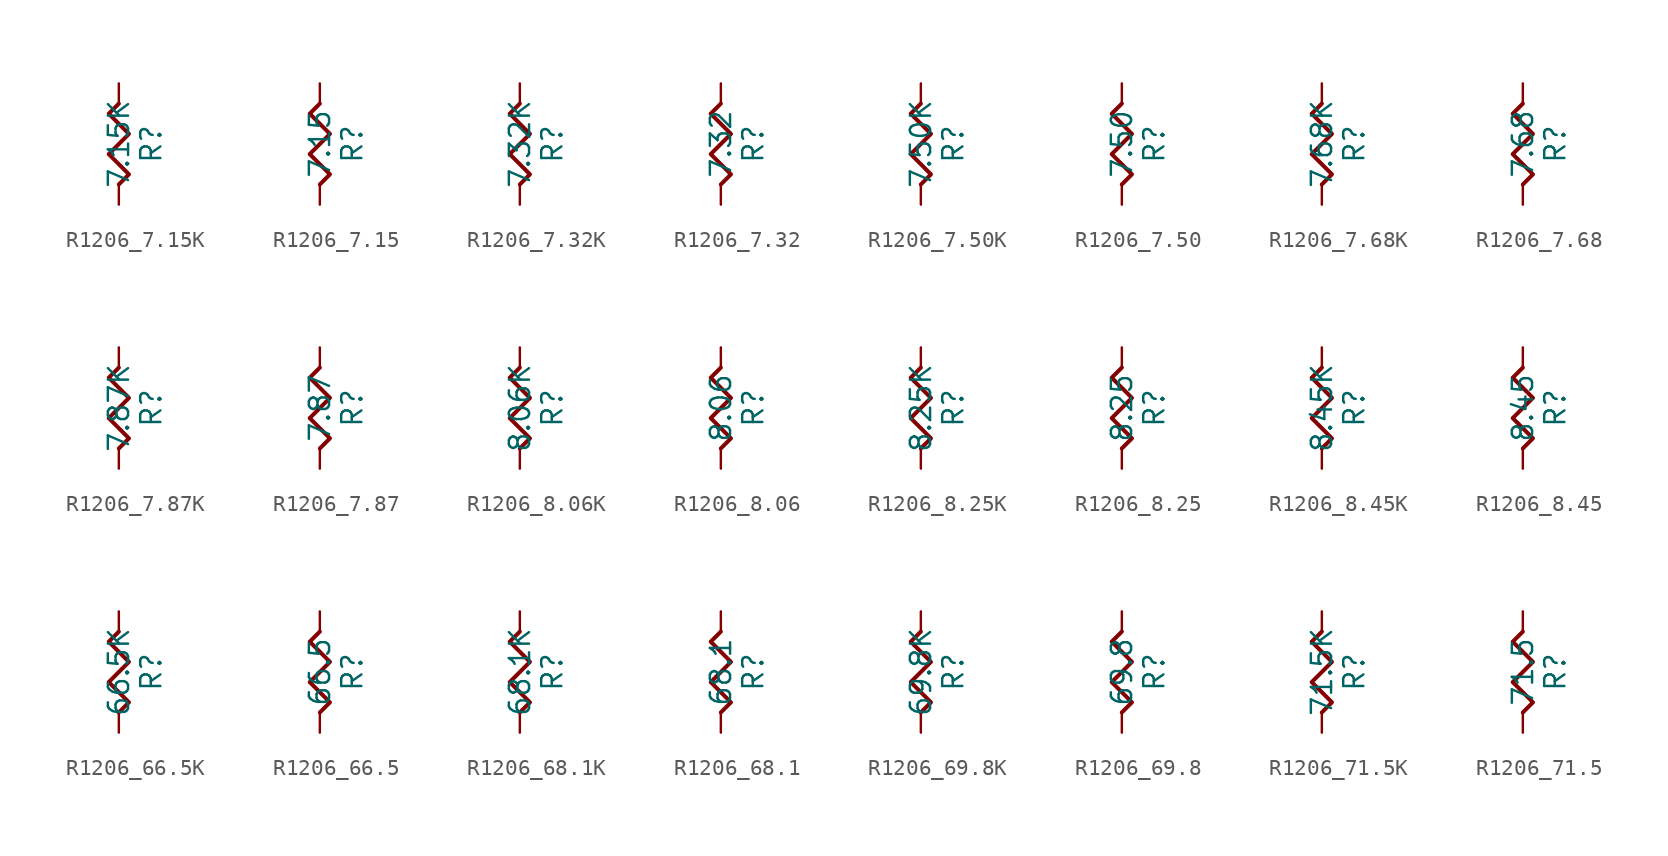
<source format=kicad_sym>
(kicad_symbol_lib
  (version 20211014)
  (generator atlantix-eda)
  (symbol "R1206_7.15K"
    (pin_numbers hide)
    (pin_names
      (offset 0))
    (property "Reference" "R"
      (at 2.032 0 90)
      (effects (font (size 1.27 1.27))))
    (property "Value" "7.15K"
      (at 0 0 90)
      (effects (font (size 1.27 1.27))))
    (symbol "R1206_7.15K_0_1"
      (polyline (pts (xy 0 -2.54) (xy 0.635 -1.905) (xy -0.635 -0.635) (xy 0.635 0.635) (xy -0.635 1.905) (xy 0 2.54)) (stroke (width 0.254) (type default) (color 0 0 0 0)) (fill (type none))))
    (symbol "R1206_7.15K_1_1"
      (pin passive line (at 0 3.81 270) (length 1.27) (name "~" (effects (font (size 1.27 1.27)))) (number "1" (effects (font (size 1.27 1.27)))))
      (pin passive line (at 0 -3.81 90) (length 1.27) (name "~" (effects (font (size 1.27 1.27)))) (number "2" (effects (font (size 1.27 1.27)))))))
  (symbol "R1206_7.15"
    (pin_numbers hide)
    (pin_names
      (offset 0))
    (property "Reference" "R"
      (at 2.032 0 90)
      (effects (font (size 1.27 1.27))))
    (property "Value" "7.15"
      (at 0 0 90)
      (effects (font (size 1.27 1.27))))
    (symbol "R1206_7.15_0_1"
      (polyline (pts (xy 0 -2.54) (xy 0.635 -1.905) (xy -0.635 -0.635) (xy 0.635 0.635) (xy -0.635 1.905) (xy 0 2.54)) (stroke (width 0.254) (type default) (color 0 0 0 0)) (fill (type none))))
    (symbol "R1206_7.15_1_1"
      (pin passive line (at 0 3.81 270) (length 1.27) (name "~" (effects (font (size 1.27 1.27)))) (number "1" (effects (font (size 1.27 1.27)))))
      (pin passive line (at 0 -3.81 90) (length 1.27) (name "~" (effects (font (size 1.27 1.27)))) (number "2" (effects (font (size 1.27 1.27)))))))
  (symbol "R1206_7.32K"
    (pin_numbers hide)
    (pin_names
      (offset 0))
    (property "Reference" "R"
      (at 2.032 0 90)
      (effects (font (size 1.27 1.27))))
    (property "Value" "7.32K"
      (at 0 0 90)
      (effects (font (size 1.27 1.27))))
    (symbol "R1206_7.32K_0_1"
      (polyline (pts (xy 0 -2.54) (xy 0.635 -1.905) (xy -0.635 -0.635) (xy 0.635 0.635) (xy -0.635 1.905) (xy 0 2.54)) (stroke (width 0.254) (type default) (color 0 0 0 0)) (fill (type none))))
    (symbol "R1206_7.32K_1_1"
      (pin passive line (at 0 3.81 270) (length 1.27) (name "~" (effects (font (size 1.27 1.27)))) (number "1" (effects (font (size 1.27 1.27)))))
      (pin passive line (at 0 -3.81 90) (length 1.27) (name "~" (effects (font (size 1.27 1.27)))) (number "2" (effects (font (size 1.27 1.27)))))))
  (symbol "R1206_7.32"
    (pin_numbers hide)
    (pin_names
      (offset 0))
    (property "Reference" "R"
      (at 2.032 0 90)
      (effects (font (size 1.27 1.27))))
    (property "Value" "7.32"
      (at 0 0 90)
      (effects (font (size 1.27 1.27))))
    (symbol "R1206_7.32_0_1"
      (polyline (pts (xy 0 -2.54) (xy 0.635 -1.905) (xy -0.635 -0.635) (xy 0.635 0.635) (xy -0.635 1.905) (xy 0 2.54)) (stroke (width 0.254) (type default) (color 0 0 0 0)) (fill (type none))))
    (symbol "R1206_7.32_1_1"
      (pin passive line (at 0 3.81 270) (length 1.27) (name "~" (effects (font (size 1.27 1.27)))) (number "1" (effects (font (size 1.27 1.27)))))
      (pin passive line (at 0 -3.81 90) (length 1.27) (name "~" (effects (font (size 1.27 1.27)))) (number "2" (effects (font (size 1.27 1.27)))))))
  (symbol "R1206_7.50K"
    (pin_numbers hide)
    (pin_names
      (offset 0))
    (property "Reference" "R"
      (at 2.032 0 90)
      (effects (font (size 1.27 1.27))))
    (property "Value" "7.50K"
      (at 0 0 90)
      (effects (font (size 1.27 1.27))))
    (symbol "R1206_7.50K_0_1"
      (polyline (pts (xy 0 -2.54) (xy 0.635 -1.905) (xy -0.635 -0.635) (xy 0.635 0.635) (xy -0.635 1.905) (xy 0 2.54)) (stroke (width 0.254) (type default) (color 0 0 0 0)) (fill (type none))))
    (symbol "R1206_7.50K_1_1"
      (pin passive line (at 0 3.81 270) (length 1.27) (name "~" (effects (font (size 1.27 1.27)))) (number "1" (effects (font (size 1.27 1.27)))))
      (pin passive line (at 0 -3.81 90) (length 1.27) (name "~" (effects (font (size 1.27 1.27)))) (number "2" (effects (font (size 1.27 1.27)))))))
  (symbol "R1206_7.50"
    (pin_numbers hide)
    (pin_names
      (offset 0))
    (property "Reference" "R"
      (at 2.032 0 90)
      (effects (font (size 1.27 1.27))))
    (property "Value" "7.50"
      (at 0 0 90)
      (effects (font (size 1.27 1.27))))
    (symbol "R1206_7.50_0_1"
      (polyline (pts (xy 0 -2.54) (xy 0.635 -1.905) (xy -0.635 -0.635) (xy 0.635 0.635) (xy -0.635 1.905) (xy 0 2.54)) (stroke (width 0.254) (type default) (color 0 0 0 0)) (fill (type none))))
    (symbol "R1206_7.50_1_1"
      (pin passive line (at 0 3.81 270) (length 1.27) (name "~" (effects (font (size 1.27 1.27)))) (number "1" (effects (font (size 1.27 1.27)))))
      (pin passive line (at 0 -3.81 90) (length 1.27) (name "~" (effects (font (size 1.27 1.27)))) (number "2" (effects (font (size 1.27 1.27)))))))
  (symbol "R1206_7.68K"
    (pin_numbers hide)
    (pin_names
      (offset 0))
    (property "Reference" "R"
      (at 2.032 0 90)
      (effects (font (size 1.27 1.27))))
    (property "Value" "7.68K"
      (at 0 0 90)
      (effects (font (size 1.27 1.27))))
    (symbol "R1206_7.68K_0_1"
      (polyline (pts (xy 0 -2.54) (xy 0.635 -1.905) (xy -0.635 -0.635) (xy 0.635 0.635) (xy -0.635 1.905) (xy 0 2.54)) (stroke (width 0.254) (type default) (color 0 0 0 0)) (fill (type none))))
    (symbol "R1206_7.68K_1_1"
      (pin passive line (at 0 3.81 270) (length 1.27) (name "~" (effects (font (size 1.27 1.27)))) (number "1" (effects (font (size 1.27 1.27)))))
      (pin passive line (at 0 -3.81 90) (length 1.27) (name "~" (effects (font (size 1.27 1.27)))) (number "2" (effects (font (size 1.27 1.27)))))))
  (symbol "R1206_7.68"
    (pin_numbers hide)
    (pin_names
      (offset 0))
    (property "Reference" "R"
      (at 2.032 0 90)
      (effects (font (size 1.27 1.27))))
    (property "Value" "7.68"
      (at 0 0 90)
      (effects (font (size 1.27 1.27))))
    (symbol "R1206_7.68_0_1"
      (polyline (pts (xy 0 -2.54) (xy 0.635 -1.905) (xy -0.635 -0.635) (xy 0.635 0.635) (xy -0.635 1.905) (xy 0 2.54)) (stroke (width 0.254) (type default) (color 0 0 0 0)) (fill (type none))))
    (symbol "R1206_7.68_1_1"
      (pin passive line (at 0 3.81 270) (length 1.27) (name "~" (effects (font (size 1.27 1.27)))) (number "1" (effects (font (size 1.27 1.27)))))
      (pin passive line (at 0 -3.81 90) (length 1.27) (name "~" (effects (font (size 1.27 1.27)))) (number "2" (effects (font (size 1.27 1.27)))))))
  (symbol "R1206_7.87K"
    (pin_numbers hide)
    (pin_names
      (offset 0))
    (property "Reference" "R"
      (at 2.032 0 90)
      (effects (font (size 1.27 1.27))))
    (property "Value" "7.87K"
      (at 0 0 90)
      (effects (font (size 1.27 1.27))))
    (symbol "R1206_7.87K_0_1"
      (polyline (pts (xy 0 -2.54) (xy 0.635 -1.905) (xy -0.635 -0.635) (xy 0.635 0.635) (xy -0.635 1.905) (xy 0 2.54)) (stroke (width 0.254) (type default) (color 0 0 0 0)) (fill (type none))))
    (symbol "R1206_7.87K_1_1"
      (pin passive line (at 0 3.81 270) (length 1.27) (name "~" (effects (font (size 1.27 1.27)))) (number "1" (effects (font (size 1.27 1.27)))))
      (pin passive line (at 0 -3.81 90) (length 1.27) (name "~" (effects (font (size 1.27 1.27)))) (number "2" (effects (font (size 1.27 1.27)))))))
  (symbol "R1206_7.87"
    (pin_numbers hide)
    (pin_names
      (offset 0))
    (property "Reference" "R"
      (at 2.032 0 90)
      (effects (font (size 1.27 1.27))))
    (property "Value" "7.87"
      (at 0 0 90)
      (effects (font (size 1.27 1.27))))
    (symbol "R1206_7.87_0_1"
      (polyline (pts (xy 0 -2.54) (xy 0.635 -1.905) (xy -0.635 -0.635) (xy 0.635 0.635) (xy -0.635 1.905) (xy 0 2.54)) (stroke (width 0.254) (type default) (color 0 0 0 0)) (fill (type none))))
    (symbol "R1206_7.87_1_1"
      (pin passive line (at 0 3.81 270) (length 1.27) (name "~" (effects (font (size 1.27 1.27)))) (number "1" (effects (font (size 1.27 1.27)))))
      (pin passive line (at 0 -3.81 90) (length 1.27) (name "~" (effects (font (size 1.27 1.27)))) (number "2" (effects (font (size 1.27 1.27)))))))
  (symbol "R1206_8.06K"
    (pin_numbers hide)
    (pin_names
      (offset 0))
    (property "Reference" "R"
      (at 2.032 0 90)
      (effects (font (size 1.27 1.27))))
    (property "Value" "8.06K"
      (at 0 0 90)
      (effects (font (size 1.27 1.27))))
    (symbol "R1206_8.06K_0_1"
      (polyline (pts (xy 0 -2.54) (xy 0.635 -1.905) (xy -0.635 -0.635) (xy 0.635 0.635) (xy -0.635 1.905) (xy 0 2.54)) (stroke (width 0.254) (type default) (color 0 0 0 0)) (fill (type none))))
    (symbol "R1206_8.06K_1_1"
      (pin passive line (at 0 3.81 270) (length 1.27) (name "~" (effects (font (size 1.27 1.27)))) (number "1" (effects (font (size 1.27 1.27)))))
      (pin passive line (at 0 -3.81 90) (length 1.27) (name "~" (effects (font (size 1.27 1.27)))) (number "2" (effects (font (size 1.27 1.27)))))))
  (symbol "R1206_8.06"
    (pin_numbers hide)
    (pin_names
      (offset 0))
    (property "Reference" "R"
      (at 2.032 0 90)
      (effects (font (size 1.27 1.27))))
    (property "Value" "8.06"
      (at 0 0 90)
      (effects (font (size 1.27 1.27))))
    (symbol "R1206_8.06_0_1"
      (polyline (pts (xy 0 -2.54) (xy 0.635 -1.905) (xy -0.635 -0.635) (xy 0.635 0.635) (xy -0.635 1.905) (xy 0 2.54)) (stroke (width 0.254) (type default) (color 0 0 0 0)) (fill (type none))))
    (symbol "R1206_8.06_1_1"
      (pin passive line (at 0 3.81 270) (length 1.27) (name "~" (effects (font (size 1.27 1.27)))) (number "1" (effects (font (size 1.27 1.27)))))
      (pin passive line (at 0 -3.81 90) (length 1.27) (name "~" (effects (font (size 1.27 1.27)))) (number "2" (effects (font (size 1.27 1.27)))))))
  (symbol "R1206_8.25K"
    (pin_numbers hide)
    (pin_names
      (offset 0))
    (property "Reference" "R"
      (at 2.032 0 90)
      (effects (font (size 1.27 1.27))))
    (property "Value" "8.25K"
      (at 0 0 90)
      (effects (font (size 1.27 1.27))))
    (symbol "R1206_8.25K_0_1"
      (polyline (pts (xy 0 -2.54) (xy 0.635 -1.905) (xy -0.635 -0.635) (xy 0.635 0.635) (xy -0.635 1.905) (xy 0 2.54)) (stroke (width 0.254) (type default) (color 0 0 0 0)) (fill (type none))))
    (symbol "R1206_8.25K_1_1"
      (pin passive line (at 0 3.81 270) (length 1.27) (name "~" (effects (font (size 1.27 1.27)))) (number "1" (effects (font (size 1.27 1.27)))))
      (pin passive line (at 0 -3.81 90) (length 1.27) (name "~" (effects (font (size 1.27 1.27)))) (number "2" (effects (font (size 1.27 1.27)))))))
  (symbol "R1206_8.25"
    (pin_numbers hide)
    (pin_names
      (offset 0))
    (property "Reference" "R"
      (at 2.032 0 90)
      (effects (font (size 1.27 1.27))))
    (property "Value" "8.25"
      (at 0 0 90)
      (effects (font (size 1.27 1.27))))
    (symbol "R1206_8.25_0_1"
      (polyline (pts (xy 0 -2.54) (xy 0.635 -1.905) (xy -0.635 -0.635) (xy 0.635 0.635) (xy -0.635 1.905) (xy 0 2.54)) (stroke (width 0.254) (type default) (color 0 0 0 0)) (fill (type none))))
    (symbol "R1206_8.25_1_1"
      (pin passive line (at 0 3.81 270) (length 1.27) (name "~" (effects (font (size 1.27 1.27)))) (number "1" (effects (font (size 1.27 1.27)))))
      (pin passive line (at 0 -3.81 90) (length 1.27) (name "~" (effects (font (size 1.27 1.27)))) (number "2" (effects (font (size 1.27 1.27)))))))
  (symbol "R1206_8.45K"
    (pin_numbers hide)
    (pin_names
      (offset 0))
    (property "Reference" "R"
      (at 2.032 0 90)
      (effects (font (size 1.27 1.27))))
    (property "Value" "8.45K"
      (at 0 0 90)
      (effects (font (size 1.27 1.27))))
    (symbol "R1206_8.45K_0_1"
      (polyline (pts (xy 0 -2.54) (xy 0.635 -1.905) (xy -0.635 -0.635) (xy 0.635 0.635) (xy -0.635 1.905) (xy 0 2.54)) (stroke (width 0.254) (type default) (color 0 0 0 0)) (fill (type none))))
    (symbol "R1206_8.45K_1_1"
      (pin passive line (at 0 3.81 270) (length 1.27) (name "~" (effects (font (size 1.27 1.27)))) (number "1" (effects (font (size 1.27 1.27)))))
      (pin passive line (at 0 -3.81 90) (length 1.27) (name "~" (effects (font (size 1.27 1.27)))) (number "2" (effects (font (size 1.27 1.27)))))))
  (symbol "R1206_8.45"
    (pin_numbers hide)
    (pin_names
      (offset 0))
    (property "Reference" "R"
      (at 2.032 0 90)
      (effects (font (size 1.27 1.27))))
    (property "Value" "8.45"
      (at 0 0 90)
      (effects (font (size 1.27 1.27))))
    (symbol "R1206_8.45_0_1"
      (polyline (pts (xy 0 -2.54) (xy 0.635 -1.905) (xy -0.635 -0.635) (xy 0.635 0.635) (xy -0.635 1.905) (xy 0 2.54)) (stroke (width 0.254) (type default) (color 0 0 0 0)) (fill (type none))))
    (symbol "R1206_8.45_1_1"
      (pin passive line (at 0 3.81 270) (length 1.27) (name "~" (effects (font (size 1.27 1.27)))) (number "1" (effects (font (size 1.27 1.27)))))
      (pin passive line (at 0 -3.81 90) (length 1.27) (name "~" (effects (font (size 1.27 1.27)))) (number "2" (effects (font (size 1.27 1.27)))))))
  (symbol "R1206_66.5K"
    (pin_numbers hide)
    (pin_names
      (offset 0))
    (property "Reference" "R"
      (at 2.032 0 90)
      (effects (font (size 1.27 1.27))))
    (property "Value" "66.5K"
      (at 0 0 90)
      (effects (font (size 1.27 1.27))))
    (symbol "R1206_66.5K_0_1"
      (polyline (pts (xy 0 -2.54) (xy 0.635 -1.905) (xy -0.635 -0.635) (xy 0.635 0.635) (xy -0.635 1.905) (xy 0 2.54)) (stroke (width 0.254) (type default) (color 0 0 0 0)) (fill (type none))))
    (symbol "R1206_66.5K_1_1"
      (pin passive line (at 0 3.81 270) (length 1.27) (name "~" (effects (font (size 1.27 1.27)))) (number "1" (effects (font (size 1.27 1.27)))))
      (pin passive line (at 0 -3.81 90) (length 1.27) (name "~" (effects (font (size 1.27 1.27)))) (number "2" (effects (font (size 1.27 1.27)))))))
  (symbol "R1206_66.5"
    (pin_numbers hide)
    (pin_names
      (offset 0))
    (property "Reference" "R"
      (at 2.032 0 90)
      (effects (font (size 1.27 1.27))))
    (property "Value" "66.5"
      (at 0 0 90)
      (effects (font (size 1.27 1.27))))
    (symbol "R1206_66.5_0_1"
      (polyline (pts (xy 0 -2.54) (xy 0.635 -1.905) (xy -0.635 -0.635) (xy 0.635 0.635) (xy -0.635 1.905) (xy 0 2.54)) (stroke (width 0.254) (type default) (color 0 0 0 0)) (fill (type none))))
    (symbol "R1206_66.5_1_1"
      (pin passive line (at 0 3.81 270) (length 1.27) (name "~" (effects (font (size 1.27 1.27)))) (number "1" (effects (font (size 1.27 1.27)))))
      (pin passive line (at 0 -3.81 90) (length 1.27) (name "~" (effects (font (size 1.27 1.27)))) (number "2" (effects (font (size 1.27 1.27)))))))
  (symbol "R1206_68.1K"
    (pin_numbers hide)
    (pin_names
      (offset 0))
    (property "Reference" "R"
      (at 2.032 0 90)
      (effects (font (size 1.27 1.27))))
    (property "Value" "68.1K"
      (at 0 0 90)
      (effects (font (size 1.27 1.27))))
    (symbol "R1206_68.1K_0_1"
      (polyline (pts (xy 0 -2.54) (xy 0.635 -1.905) (xy -0.635 -0.635) (xy 0.635 0.635) (xy -0.635 1.905) (xy 0 2.54)) (stroke (width 0.254) (type default) (color 0 0 0 0)) (fill (type none))))
    (symbol "R1206_68.1K_1_1"
      (pin passive line (at 0 3.81 270) (length 1.27) (name "~" (effects (font (size 1.27 1.27)))) (number "1" (effects (font (size 1.27 1.27)))))
      (pin passive line (at 0 -3.81 90) (length 1.27) (name "~" (effects (font (size 1.27 1.27)))) (number "2" (effects (font (size 1.27 1.27)))))))
  (symbol "R1206_68.1"
    (pin_numbers hide)
    (pin_names
      (offset 0))
    (property "Reference" "R"
      (at 2.032 0 90)
      (effects (font (size 1.27 1.27))))
    (property "Value" "68.1"
      (at 0 0 90)
      (effects (font (size 1.27 1.27))))
    (symbol "R1206_68.1_0_1"
      (polyline (pts (xy 0 -2.54) (xy 0.635 -1.905) (xy -0.635 -0.635) (xy 0.635 0.635) (xy -0.635 1.905) (xy 0 2.54)) (stroke (width 0.254) (type default) (color 0 0 0 0)) (fill (type none))))
    (symbol "R1206_68.1_1_1"
      (pin passive line (at 0 3.81 270) (length 1.27) (name "~" (effects (font (size 1.27 1.27)))) (number "1" (effects (font (size 1.27 1.27)))))
      (pin passive line (at 0 -3.81 90) (length 1.27) (name "~" (effects (font (size 1.27 1.27)))) (number "2" (effects (font (size 1.27 1.27)))))))
  (symbol "R1206_69.8K"
    (pin_numbers hide)
    (pin_names
      (offset 0))
    (property "Reference" "R"
      (at 2.032 0 90)
      (effects (font (size 1.27 1.27))))
    (property "Value" "69.8K"
      (at 0 0 90)
      (effects (font (size 1.27 1.27))))
    (symbol "R1206_69.8K_0_1"
      (polyline (pts (xy 0 -2.54) (xy 0.635 -1.905) (xy -0.635 -0.635) (xy 0.635 0.635) (xy -0.635 1.905) (xy 0 2.54)) (stroke (width 0.254) (type default) (color 0 0 0 0)) (fill (type none))))
    (symbol "R1206_69.8K_1_1"
      (pin passive line (at 0 3.81 270) (length 1.27) (name "~" (effects (font (size 1.27 1.27)))) (number "1" (effects (font (size 1.27 1.27)))))
      (pin passive line (at 0 -3.81 90) (length 1.27) (name "~" (effects (font (size 1.27 1.27)))) (number "2" (effects (font (size 1.27 1.27)))))))
  (symbol "R1206_69.8"
    (pin_numbers hide)
    (pin_names
      (offset 0))
    (property "Reference" "R"
      (at 2.032 0 90)
      (effects (font (size 1.27 1.27))))
    (property "Value" "69.8"
      (at 0 0 90)
      (effects (font (size 1.27 1.27))))
    (symbol "R1206_69.8_0_1"
      (polyline (pts (xy 0 -2.54) (xy 0.635 -1.905) (xy -0.635 -0.635) (xy 0.635 0.635) (xy -0.635 1.905) (xy 0 2.54)) (stroke (width 0.254) (type default) (color 0 0 0 0)) (fill (type none))))
    (symbol "R1206_69.8_1_1"
      (pin passive line (at 0 3.81 270) (length 1.27) (name "~" (effects (font (size 1.27 1.27)))) (number "1" (effects (font (size 1.27 1.27)))))
      (pin passive line (at 0 -3.81 90) (length 1.27) (name "~" (effects (font (size 1.27 1.27)))) (number "2" (effects (font (size 1.27 1.27)))))))
  (symbol "R1206_71.5K"
    (pin_numbers hide)
    (pin_names
      (offset 0))
    (property "Reference" "R"
      (at 2.032 0 90)
      (effects (font (size 1.27 1.27))))
    (property "Value" "71.5K"
      (at 0 0 90)
      (effects (font (size 1.27 1.27))))
    (symbol "R1206_71.5K_0_1"
      (polyline (pts (xy 0 -2.54) (xy 0.635 -1.905) (xy -0.635 -0.635) (xy 0.635 0.635) (xy -0.635 1.905) (xy 0 2.54)) (stroke (width 0.254) (type default) (color 0 0 0 0)) (fill (type none))))
    (symbol "R1206_71.5K_1_1"
      (pin passive line (at 0 3.81 270) (length 1.27) (name "~" (effects (font (size 1.27 1.27)))) (number "1" (effects (font (size 1.27 1.27)))))
      (pin passive line (at 0 -3.81 90) (length 1.27) (name "~" (effects (font (size 1.27 1.27)))) (number "2" (effects (font (size 1.27 1.27)))))))
  (symbol "R1206_71.5"
    (pin_numbers hide)
    (pin_names
      (offset 0))
    (property "Reference" "R"
      (at 2.032 0 90)
      (effects (font (size 1.27 1.27))))
    (property "Value" "71.5"
      (at 0 0 90)
      (effects (font (size 1.27 1.27))))
    (symbol "R1206_71.5_0_1"
      (polyline (pts (xy 0 -2.54) (xy 0.635 -1.905) (xy -0.635 -0.635) (xy 0.635 0.635) (xy -0.635 1.905) (xy 0 2.54)) (stroke (width 0.254) (type default) (color 0 0 0 0)) (fill (type none))))
    (symbol "R1206_71.5_1_1"
      (pin passive line (at 0 3.81 270) (length 1.27) (name "~" (effects (font (size 1.27 1.27)))) (number "1" (effects (font (size 1.27 1.27)))))
      (pin passive line (at 0 -3.81 90) (length 1.27) (name "~" (effects (font (size 1.27 1.27)))) (number "2" (effects (font (size 1.27 1.27))))))))
</source>
